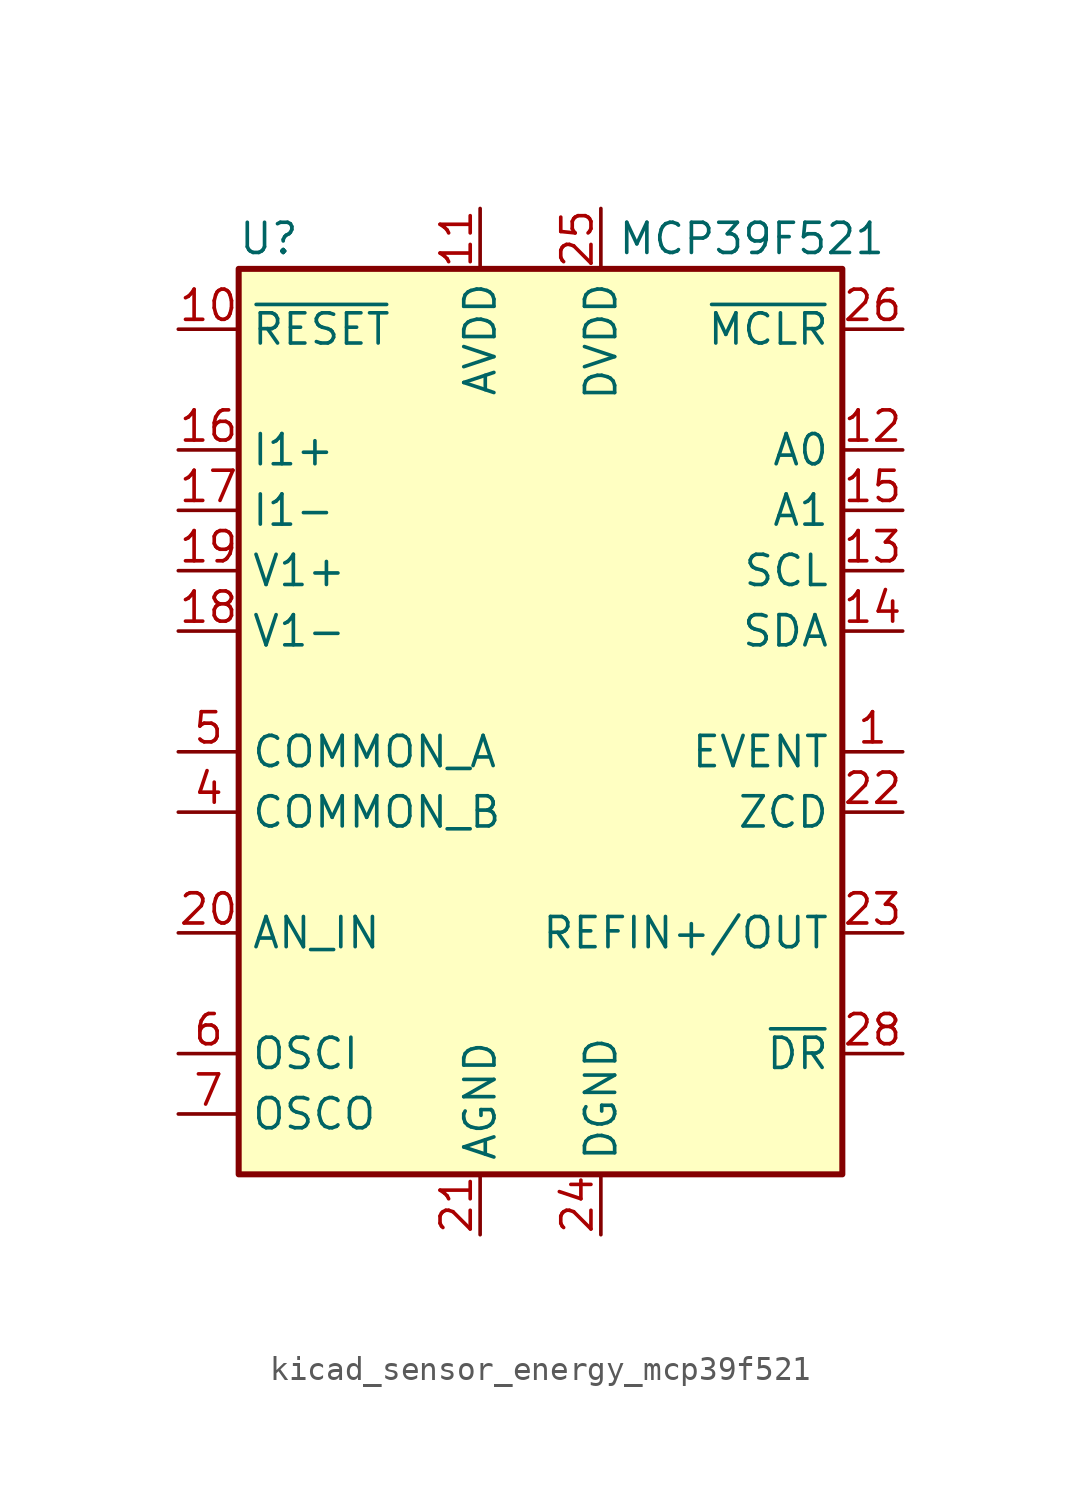
<source format=kicad_sym>
(kicad_symbol_lib
  (version 20220914)
  (generator kicad_symbol_editor)
  (symbol "kicad_sensor_energy_mcp39f521"
    (property "Reference" "U"
      (at -11.43 19.05 0)
      (effects (font (size 1.27 1.27))))
    (property "Value" "MCP39F521"
      (at 8.89 19.05 0)
      (effects (font (size 1.27 1.27))))
    (symbol "kicad_sensor_energy_mcp39f521_0_1"
      (rectangle (start -12.7 17.78) (end 12.7 -20.32) (stroke (width 0.254) (type default)) (fill (type background))))
    (symbol "kicad_sensor_energy_mcp39f521_1_1"
      (pin output line (at 15.24 -2.54 180) (length 2.54) (name "EVENT" (effects (font (size 1.27 1.27)))) (number "1" (effects (font (size 1.27 1.27)))))
      (pin input line (at -15.24 15.24 0) (length 2.54) (name "~{RESET}" (effects (font (size 1.27 1.27)))) (number "10" (effects (font (size 1.27 1.27)))))
      (pin power_in line (at -2.54 20.32 270) (length 2.54) (name "AVDD" (effects (font (size 1.27 1.27)))) (number "11" (effects (font (size 1.27 1.27)))))
      (pin input line (at 15.24 10.16 180) (length 2.54) (name "A0" (effects (font (size 1.27 1.27)))) (number "12" (effects (font (size 1.27 1.27)))))
      (pin input line (at 15.24 5.08 180) (length 2.54) (name "SCL" (effects (font (size 1.27 1.27)))) (number "13" (effects (font (size 1.27 1.27)))))
      (pin bidirectional line (at 15.24 2.54 180) (length 2.54) (name "SDA" (effects (font (size 1.27 1.27)))) (number "14" (effects (font (size 1.27 1.27)))))
      (pin input line (at 15.24 7.62 180) (length 2.54) (name "A1" (effects (font (size 1.27 1.27)))) (number "15" (effects (font (size 1.27 1.27)))))
      (pin input line (at -15.24 10.16 0) (length 2.54) (name "I1+" (effects (font (size 1.27 1.27)))) (number "16" (effects (font (size 1.27 1.27)))))
      (pin input line (at -15.24 7.62 0) (length 2.54) (name "I1-" (effects (font (size 1.27 1.27)))) (number "17" (effects (font (size 1.27 1.27)))))
      (pin input line (at -15.24 2.54 0) (length 2.54) (name "V1-" (effects (font (size 1.27 1.27)))) (number "18" (effects (font (size 1.27 1.27)))))
      (pin input line (at -15.24 5.08 0) (length 2.54) (name "V1+" (effects (font (size 1.27 1.27)))) (number "19" (effects (font (size 1.27 1.27)))))
      (pin no_connect line (at -12.7 12.7 0) (length 2.54) hide (name "NC" (effects (font (size 1.27 1.27)))) (number "2" (effects (font (size 1.27 1.27)))))
      (pin input line (at -15.24 -10.16 0) (length 2.54) (name "AN_IN" (effects (font (size 1.27 1.27)))) (number "20" (effects (font (size 1.27 1.27)))))
      (pin power_in line (at -2.54 -22.86 90) (length 2.54) (name "AGND" (effects (font (size 1.27 1.27)))) (number "21" (effects (font (size 1.27 1.27)))))
      (pin output line (at 15.24 -5.08 180) (length 2.54) (name "ZCD" (effects (font (size 1.27 1.27)))) (number "22" (effects (font (size 1.27 1.27)))))
      (pin bidirectional line (at 15.24 -10.16 180) (length 2.54) (name "REFIN+/OUT" (effects (font (size 1.27 1.27)))) (number "23" (effects (font (size 1.27 1.27)))))
      (pin power_in line (at 2.54 -22.86 90) (length 2.54) (name "DGND" (effects (font (size 1.27 1.27)))) (number "24" (effects (font (size 1.27 1.27)))))
      (pin power_in line (at 2.54 20.32 270) (length 2.54) (name "DVDD" (effects (font (size 1.27 1.27)))) (number "25" (effects (font (size 1.27 1.27)))))
      (pin input line (at 15.24 15.24 180) (length 2.54) (name "~{MCLR}" (effects (font (size 1.27 1.27)))) (number "26" (effects (font (size 1.27 1.27)))))
      (pin passive line (at 2.54 -22.86 90) (length 2.54) hide (name "DGND" (effects (font (size 1.27 1.27)))) (number "27" (effects (font (size 1.27 1.27)))))
      (pin output line (at 15.24 -15.24 180) (length 2.54) (name "~{DR}" (effects (font (size 1.27 1.27)))) (number "28" (effects (font (size 1.27 1.27)))))
      (pin passive line (at 2.54 -22.86 90) (length 2.54) hide (name "DGND" (effects (font (size 1.27 1.27)))) (number "29" (effects (font (size 1.27 1.27)))))
      (pin no_connect line (at -12.7 0 0) (length 2.54) hide (name "NC" (effects (font (size 1.27 1.27)))) (number "3" (effects (font (size 1.27 1.27)))))
      (pin passive line (at -15.24 -5.08 0) (length 2.54) (name "COMMON_B" (effects (font (size 1.27 1.27)))) (number "4" (effects (font (size 1.27 1.27)))))
      (pin passive line (at -15.24 -2.54 0) (length 2.54) (name "COMMON_A" (effects (font (size 1.27 1.27)))) (number "5" (effects (font (size 1.27 1.27)))))
      (pin input line (at -15.24 -15.24 0) (length 2.54) (name "OSCI" (effects (font (size 1.27 1.27)))) (number "6" (effects (font (size 1.27 1.27)))))
      (pin passive line (at -15.24 -17.78 0) (length 2.54) (name "OSCO" (effects (font (size 1.27 1.27)))) (number "7" (effects (font (size 1.27 1.27)))))
      (pin no_connect line (at 12.7 12.7 180) (length 2.54) hide (name "NC" (effects (font (size 1.27 1.27)))) (number "8" (effects (font (size 1.27 1.27)))))
      (pin no_connect line (at 12.7 0 180) (length 2.54) hide (name "NC" (effects (font (size 1.27 1.27)))) (number "9" (effects (font (size 1.27 1.27))))))))
</source>
